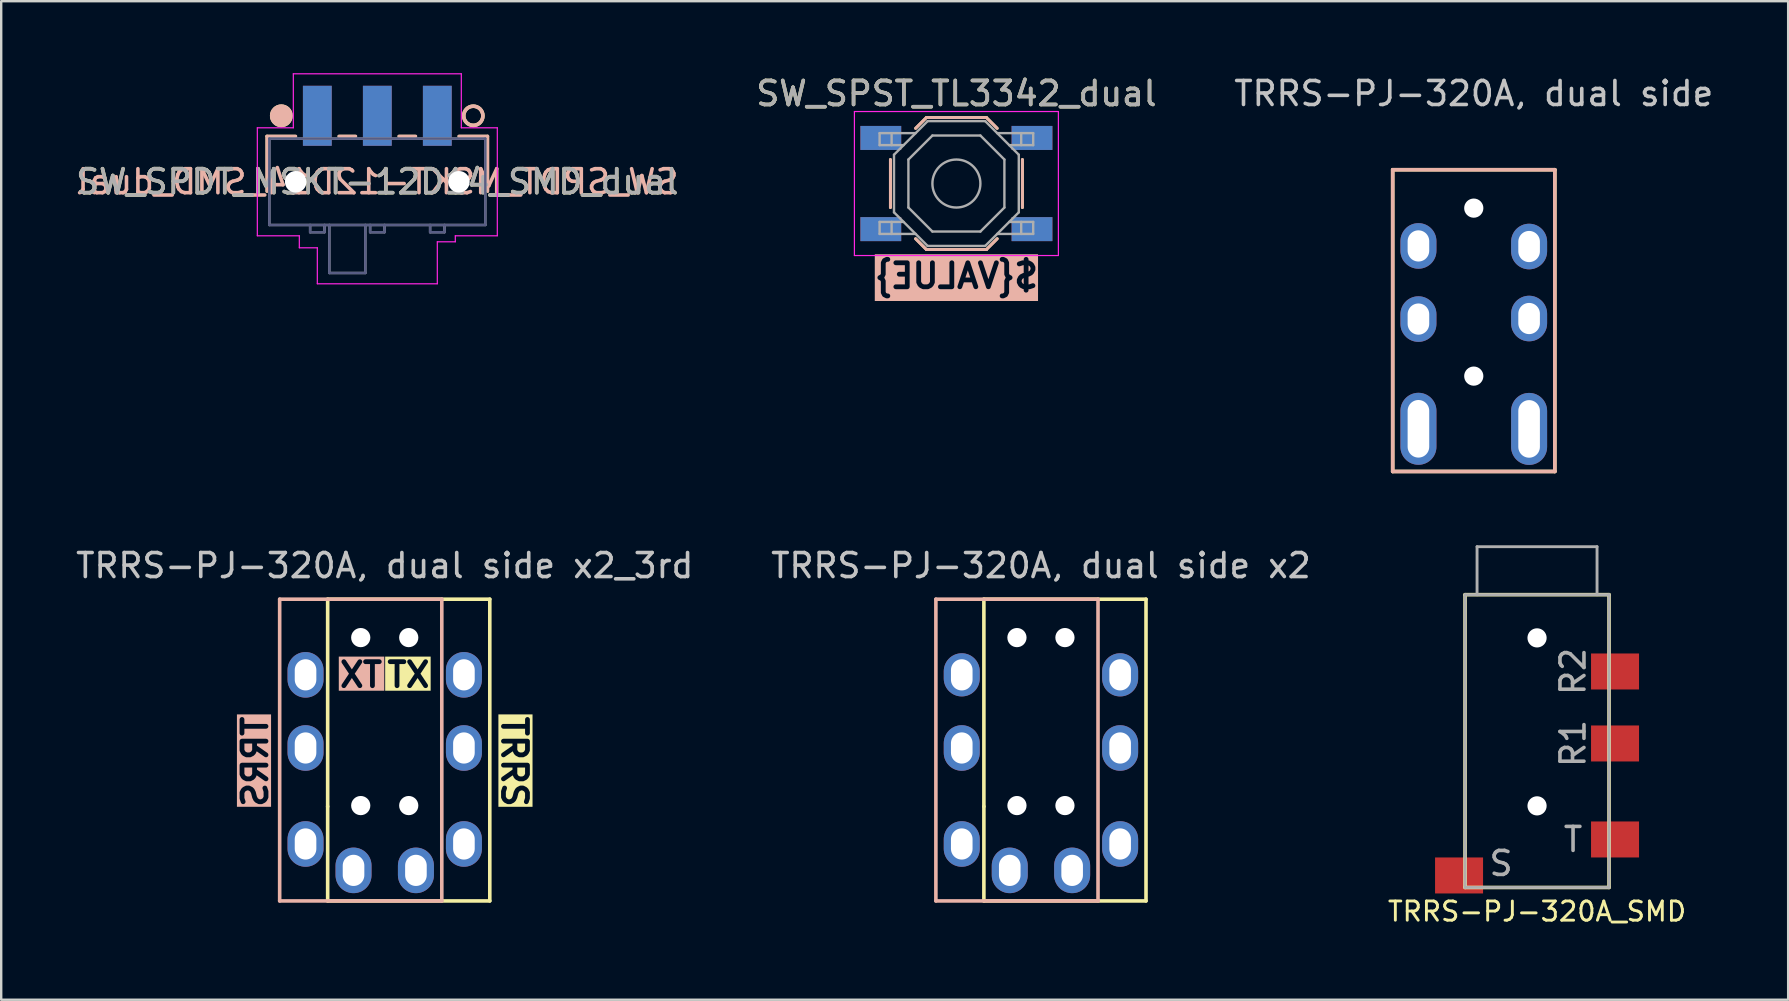
<source format=kicad_pcb>
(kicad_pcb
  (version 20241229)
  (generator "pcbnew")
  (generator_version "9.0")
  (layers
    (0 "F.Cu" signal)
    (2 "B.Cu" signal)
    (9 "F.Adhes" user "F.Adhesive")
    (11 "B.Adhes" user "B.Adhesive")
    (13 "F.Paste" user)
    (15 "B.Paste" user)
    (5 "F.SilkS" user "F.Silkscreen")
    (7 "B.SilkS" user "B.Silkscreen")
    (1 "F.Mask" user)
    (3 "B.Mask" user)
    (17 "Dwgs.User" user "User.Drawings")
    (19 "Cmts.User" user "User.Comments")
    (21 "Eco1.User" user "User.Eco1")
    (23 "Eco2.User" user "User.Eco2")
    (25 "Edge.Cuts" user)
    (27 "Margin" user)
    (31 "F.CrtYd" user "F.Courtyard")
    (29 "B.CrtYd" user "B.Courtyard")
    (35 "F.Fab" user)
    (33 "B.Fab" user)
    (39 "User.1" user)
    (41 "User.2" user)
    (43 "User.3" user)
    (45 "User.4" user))
  (footprint "TRRS-PJ-320A, dual side x2"
    (layer "F.Cu")
    (at 40.327 21.919)
    (property "Reference" "TRRS-PJ-320A, dual side x2" (at 0 -1.4 180) (layer "Dwgs.User") (effects (font (size 1 1) (thickness 0.15))))
    (attr through_hole)
    (fp_line (start -2.378 0) (end -2.378 8.638) (stroke (width 0.15) (type solid)) (layer "F.SilkS"))
    (fp_line (start -2.378 0) (end 4.378 0) (stroke (width 0.15) (type default)) (layer "F.SilkS"))
    (fp_line (start -2.378 8.638) (end -2.378 12.573) (stroke (width 0.15) (type solid)) (layer "F.SilkS"))
    (fp_line (start 4.378 0) (end 4.378 12.573) (stroke (width 0.15) (type solid)) (layer "F.SilkS"))
    (fp_line (start 4.378 12.573) (end -2.378 12.573) (stroke (width 0.15) (type solid)) (layer "F.SilkS"))
    (fp_line (start -4.378 0) (end -4.378 12.573) (stroke (width 0.15) (type solid)) (layer "B.SilkS"))
    (fp_line (start -4.378 12.573) (end 2.378 12.573) (stroke (width 0.15) (type solid)) (layer "B.SilkS"))
    (fp_line (start 2.378 0) (end -4.378 0) (stroke (width 0.15) (type default)) (layer "B.SilkS"))
    (fp_line (start 2.378 0) (end 2.378 12.573) (stroke (width 0.15) (type solid)) (layer "B.SilkS"))
    (pad "" np_thru_hole circle (at -1 1.6) (size 0.8 0.8) (drill 0.8) (layers "*.Cu" "*.Mask"))
    (pad "" np_thru_hole circle (at -1 8.6) (size 0.8 0.8) (drill 0.8) (layers "*.Cu" "*.Mask"))
    (pad "" np_thru_hole circle (at 1 1.6) (size 0.8 0.8) (drill 0.8) (layers "*.Cu" "*.Mask"))
    (pad "" np_thru_hole circle (at 1 8.6) (size 0.8 0.8) (drill 0.8) (layers "*.Cu" "*.Mask"))
    (pad "1" thru_hole oval (at -3.3 10.2) (size 1.5 1.9) (drill oval 0.9 1.3) (layers "*.Cu" "*.Mask"))
    (pad "1" thru_hole oval (at 3.3 10.2) (size 1.5 1.9) (drill oval 0.9 1.3) (layers "*.Cu" "*.Mask"))
    (pad "2" thru_hole oval (at -3.3 3.152) (size 1.5 1.8) (drill oval 0.9 1.3) (layers "*.Cu" "*.Mask"))
    (pad "2" thru_hole oval (at 3.3 3.152) (size 1.5 1.8) (drill oval 0.9 1.3) (layers "*.Cu" "*.Mask"))
    (pad "3" thru_hole oval (at -3.3 6.2) (size 1.5 1.9) (drill oval 0.9 1.3) (layers "*.Cu" "*.Mask"))
    (pad "3" thru_hole oval (at 3.3 6.2) (size 1.5 1.9) (drill oval 0.9 1.3) (layers "*.Cu" "*.Mask"))
    (pad "4" thru_hole oval (at -1.3 11.3) (size 1.5 1.9) (drill oval 0.9 1.3) (layers "*.Cu" "*.Mask"))
    (pad "4" thru_hole oval (at 1.3 11.3) (size 1.5 1.9) (drill oval 0.9 1.3) (layers "*.Cu" "*.Mask")))
  (footprint "SW_SPST_TL3342_dual"
    (layer "F.Cu")
    (at 36.804 4.598)
    (property "Reference" "SW_SPST_TL3342_dual" (at 0 -3.75 0) (layer "F.SilkS") (effects (font (size 1 1) (thickness 0.15))))
    (property "Value" "${VALUE}" (at 0 3.85 0) (layer "F.SilkS" knockout) (hide yes) (effects (font (size 1 1) (thickness 0.2) (bold yes))))
    (property "Value2" "${VALUE}" (at 0 3.85 0) (layer "B.SilkS" knockout) (effects (font (size 1 1) (thickness 0.2) (bold yes)) (justify mirror)))
    (attr smd)
    (fp_line (start -2.75 -1) (end -2.75 1) (stroke (width 0.12) (type solid)) (layer "F.SilkS"))
    (fp_line (start -1.7 -2.3) (end -1.25 -2.75) (stroke (width 0.12) (type solid)) (layer "F.SilkS"))
    (fp_line (start -1.7 2.3) (end -1.25 2.75) (stroke (width 0.12) (type solid)) (layer "F.SilkS"))
    (fp_line (start -1.25 -2.75) (end 1.25 -2.75) (stroke (width 0.12) (type solid)) (layer "F.SilkS"))
    (fp_line (start -1.25 2.75) (end 1.25 2.75) (stroke (width 0.12) (type solid)) (layer "F.SilkS"))
    (fp_line (start 1.7 -2.3) (end 1.25 -2.75) (stroke (width 0.12) (type solid)) (layer "F.SilkS"))
    (fp_line (start 1.7 2.3) (end 1.25 2.75) (stroke (width 0.12) (type solid)) (layer "F.SilkS"))
    (fp_line (start 2.75 -1) (end 2.75 1) (stroke (width 0.12) (type solid)) (layer "F.SilkS"))
    (fp_line (start -2.75 -1) (end -2.75 1) (stroke (width 0.12) (type solid)) (layer "B.SilkS"))
    (fp_line (start -1.7 -2.3) (end -1.25 -2.75) (stroke (width 0.12) (type solid)) (layer "B.SilkS"))
    (fp_line (start -1.7 2.3) (end -1.25 2.75) (stroke (width 0.12) (type solid)) (layer "B.SilkS"))
    (fp_line (start 1.25 -2.75) (end -1.25 -2.75) (stroke (width 0.12) (type solid)) (layer "B.SilkS"))
    (fp_line (start 1.25 2.75) (end -1.25 2.75) (stroke (width 0.12) (type solid)) (layer "B.SilkS"))
    (fp_line (start 1.7 -2.3) (end 1.25 -2.75) (stroke (width 0.12) (type solid)) (layer "B.SilkS"))
    (fp_line (start 1.7 2.3) (end 1.25 2.75) (stroke (width 0.12) (type solid)) (layer "B.SilkS"))
    (fp_line (start 2.75 -1) (end 2.75 1) (stroke (width 0.12) (type solid)) (layer "B.SilkS"))
    (fp_line (start -4.25 -3) (end 4.25 -3) (stroke (width 0.05) (type solid)) (layer "F.CrtYd"))
    (fp_line (start -4.25 3) (end -4.25 -3) (stroke (width 0.05) (type solid)) (layer "F.CrtYd"))
    (fp_line (start 4.25 -3) (end 4.25 3) (stroke (width 0.05) (type solid)) (layer "F.CrtYd"))
    (fp_line (start 4.25 3) (end -4.25 3) (stroke (width 0.05) (type solid)) (layer "F.CrtYd"))
    (fp_line (start -3.2 -2.1) (end -3.2 -1.6) (stroke (width 0.1) (type solid)) (layer "F.Fab"))
    (fp_line (start -3.2 -1.6) (end -2.2 -1.6) (stroke (width 0.1) (type solid)) (layer "F.Fab"))
    (fp_line (start -3.2 1.6) (end -2.2 1.6) (stroke (width 0.1) (type solid)) (layer "F.Fab"))
    (fp_line (start -3.2 2.1) (end -3.2 1.6) (stroke (width 0.1) (type solid)) (layer "F.Fab"))
    (fp_line (start -2.7 -2.1) (end -2.7 -1.6) (stroke (width 0.1) (type solid)) (layer "F.Fab"))
    (fp_line (start -2.7 2.1) (end -2.7 1.6) (stroke (width 0.1) (type solid)) (layer "F.Fab"))
    (fp_line (start -2.6 -1.2) (end -2.6 1.2) (stroke (width 0.1) (type solid)) (layer "F.Fab"))
    (fp_line (start -2.6 1.2) (end -1.2 2.6) (stroke (width 0.1) (type solid)) (layer "F.Fab"))
    (fp_line (start -2 -1) (end -1 -2) (stroke (width 0.1) (type solid)) (layer "F.Fab"))
    (fp_line (start -2 1) (end -2 -1) (stroke (width 0.1) (type solid)) (layer "F.Fab"))
    (fp_line (start -1.7 -2.1) (end -3.2 -2.1) (stroke (width 0.1) (type solid)) (layer "F.Fab"))
    (fp_line (start -1.7 2.1) (end -3.2 2.1) (stroke (width 0.1) (type solid)) (layer "F.Fab"))
    (fp_line (start -1.2 -2.6) (end -2.6 -1.2) (stroke (width 0.1) (type solid)) (layer "F.Fab"))
    (fp_line (start -1.2 2.6) (end 1.2 2.6) (stroke (width 0.1) (type solid)) (layer "F.Fab"))
    (fp_line (start -1 -2) (end 1 -2) (stroke (width 0.1) (type solid)) (layer "F.Fab"))
    (fp_line (start -1 2) (end -2 1) (stroke (width 0.1) (type solid)) (layer "F.Fab"))
    (fp_line (start 1 -2) (end 2 -1) (stroke (width 0.1) (type solid)) (layer "F.Fab"))
    (fp_line (start 1 2) (end -1 2) (stroke (width 0.1) (type solid)) (layer "F.Fab"))
    (fp_line (start 1.2 -2.6) (end -1.2 -2.6) (stroke (width 0.1) (type solid)) (layer "F.Fab"))
    (fp_line (start 1.2 2.6) (end 2.6 1.2) (stroke (width 0.1) (type solid)) (layer "F.Fab"))
    (fp_line (start 1.7 -2.1) (end 3.2 -2.1) (stroke (width 0.1) (type solid)) (layer "F.Fab"))
    (fp_line (start 1.7 2.1) (end 3.2 2.1) (stroke (width 0.1) (type solid)) (layer "F.Fab"))
    (fp_line (start 2 -1) (end 2 1) (stroke (width 0.1) (type solid)) (layer "F.Fab"))
    (fp_line (start 2 1) (end 1 2) (stroke (width 0.1) (type solid)) (layer "F.Fab"))
    (fp_line (start 2.6 -1.2) (end 1.2 -2.6) (stroke (width 0.1) (type solid)) (layer "F.Fab"))
    (fp_line (start 2.6 1.2) (end 2.6 -1.2) (stroke (width 0.1) (type solid)) (layer "F.Fab"))
    (fp_line (start 2.7 -2.1) (end 2.7 -1.6) (stroke (width 0.1) (type solid)) (layer "F.Fab"))
    (fp_line (start 2.7 2.1) (end 2.7 1.6) (stroke (width 0.1) (type solid)) (layer "F.Fab"))
    (fp_line (start 3.2 -2.1) (end 3.2 -1.6) (stroke (width 0.1) (type solid)) (layer "F.Fab"))
    (fp_line (start 3.2 -1.6) (end 2.2 -1.6) (stroke (width 0.1) (type solid)) (layer "F.Fab"))
    (fp_line (start 3.2 1.6) (end 2.2 1.6) (stroke (width 0.1) (type solid)) (layer "F.Fab"))
    (fp_line (start 3.2 2.1) (end 3.2 1.6) (stroke (width 0.1) (type solid)) (layer "F.Fab"))
    (fp_circle (center 0 0) (end 1 0) (stroke (width 0.1) (type solid)) (fill no) (layer "F.Fab"))
    (fp_text user "${REFERENCE}" (at 0 -3.75 0) (layer "F.Fab") (effects (font (size 1 1) (thickness 0.15))))
    (pad "1" smd rect (at -3.15 -1.9) (size 1.7 1) (layers "F.Cu" "F.Mask" "F.Paste"))
    (pad "1" smd rect (at -3.15 -1.9) (size 1.7 1) (layers "B.Cu" "B.Mask" "B.Paste"))
    (pad "1" smd rect (at 3.15 -1.9) (size 1.7 1) (layers "F.Cu" "F.Mask" "F.Paste"))
    (pad "1" smd rect (at 3.15 -1.9) (size 1.7 1) (layers "B.Cu" "B.Mask" "B.Paste"))
    (pad "2" smd rect (at -3.15 1.9) (size 1.7 1) (layers "F.Cu" "F.Mask" "F.Paste"))
    (pad "2" smd rect (at -3.15 1.9) (size 1.7 1) (layers "B.Cu" "B.Mask" "B.Paste"))
    (pad "2" smd rect (at 3.15 1.9) (size 1.7 1) (layers "F.Cu" "F.Mask" "F.Paste"))
    (pad "2" smd rect (at 3.15 1.9) (size 1.7 1) (layers "B.Cu" "B.Mask" "B.Paste")))
  (footprint "SW_SPDT_MSKT-12D14_SMD_dual"
    (layer "F.Cu")
    (at 12.673 4.525)
    (property "Reference" "SW_SPDT_MSKT-12D14_SMD_dual" (at 0 0 180) (layer "F.SilkS") (effects (font (size 1 1) (thickness 0.15))))
    (property "REF2" "${REFERENCE}" (at 0 0 0) (layer "B.SilkS") (effects (font (size 1 1) (thickness 0.15)) (justify mirror)))
    (attr smd)
    (fp_line (start -4.6 -1.9) (end -3.4 -1.9) (stroke (width 0.12) (type solid)) (layer "F.SilkS"))
    (fp_line (start -4.6 0.4) (end -4.6 -1.9) (stroke (width 0.12) (type solid)) (layer "F.SilkS"))
    (fp_line (start -0.9 -1.9) (end -1.6 -1.9) (stroke (width 0.12) (type solid)) (layer "F.SilkS"))
    (fp_line (start 1.6 -1.9) (end 0.9 -1.9) (stroke (width 0.12) (type solid)) (layer "F.SilkS"))
    (fp_line (start 3.4 -1.9) (end 4.6 -1.9) (stroke (width 0.12) (type solid)) (layer "F.SilkS"))
    (fp_line (start 4.6 -1.9) (end 4.6 0.4) (stroke (width 0.12) (type solid)) (layer "F.SilkS"))
    (fp_circle (center -4 -2.75) (end -3.6 -2.75) (stroke (width 0.15) (type solid)) (fill yes) (layer "F.SilkS"))
    (fp_circle (center 4 -2.75) (end 4.4 -2.75) (stroke (width 0.15) (type solid)) (fill no) (layer "F.SilkS"))
    (fp_line (start -4.6 -1.9) (end -4.6 0.4) (stroke (width 0.12) (type solid)) (layer "B.SilkS"))
    (fp_line (start -3.4 -1.9) (end -4.6 -1.9) (stroke (width 0.12) (type solid)) (layer "B.SilkS"))
    (fp_line (start -1.6 -1.9) (end -0.9 -1.9) (stroke (width 0.12) (type solid)) (layer "B.SilkS"))
    (fp_line (start 0.9 -1.9) (end 1.6 -1.9) (stroke (width 0.12) (type solid)) (layer "B.SilkS"))
    (fp_line (start 4.6 -1.9) (end 3.4 -1.9) (stroke (width 0.12) (type solid)) (layer "B.SilkS"))
    (fp_line (start 4.6 0.4) (end 4.6 -1.9) (stroke (width 0.12) (type solid)) (layer "B.SilkS"))
    (fp_circle (center -4 -2.75) (end -4.4 -2.75) (stroke (width 0.15) (type solid)) (fill yes) (layer "B.SilkS"))
    (fp_circle (center 4 -2.75) (end 3.6 -2.75) (stroke (width 0.15) (type solid)) (fill no) (layer "B.SilkS"))
    (fp_line (start -5 -2.25) (end -5 2.25) (stroke (width 0.05) (type solid)) (layer "F.CrtYd"))
    (fp_line (start -5 2.25) (end -3.25 2.25) (stroke (width 0.05) (type solid)) (layer "F.CrtYd"))
    (fp_line (start -3.5 -4.5) (end -3.5 -2.25) (stroke (width 0.05) (type solid)) (layer "F.CrtYd"))
    (fp_line (start -3.5 -2.25) (end -5 -2.25) (stroke (width 0.05) (type solid)) (layer "F.CrtYd"))
    (fp_line (start -3.25 2.25) (end -3.25 2.75) (stroke (width 0.05) (type solid)) (layer "F.CrtYd"))
    (fp_line (start -3.25 2.75) (end -2.5 2.75) (stroke (width 0.05) (type solid)) (layer "F.CrtYd"))
    (fp_line (start -2.5 2.75) (end -2.5 4.25) (stroke (width 0.05) (type solid)) (layer "F.CrtYd"))
    (fp_line (start -2.5 4.25) (end 2.5 4.25) (stroke (width 0.05) (type solid)) (layer "F.CrtYd"))
    (fp_line (start 2.5 2.5) (end 3.25 2.5) (stroke (width 0.05) (type solid)) (layer "F.CrtYd"))
    (fp_line (start 2.5 4.25) (end 2.5 2.5) (stroke (width 0.05) (type solid)) (layer "F.CrtYd"))
    (fp_line (start 3.25 2.25) (end 5 2.25) (stroke (width 0.05) (type solid)) (layer "F.CrtYd"))
    (fp_line (start 3.25 2.5) (end 3.25 2.25) (stroke (width 0.05) (type solid)) (layer "F.CrtYd"))
    (fp_line (start 3.5 -4.5) (end -3.5 -4.5) (stroke (width 0.05) (type solid)) (layer "F.CrtYd"))
    (fp_line (start 3.5 -2.25) (end 3.5 -4.5) (stroke (width 0.05) (type solid)) (layer "F.CrtYd"))
    (fp_line (start 5 -2.25) (end 3.5 -2.25) (stroke (width 0.05) (type solid)) (layer "F.CrtYd"))
    (fp_line (start 5 2.25) (end 5 -2.25) (stroke (width 0.05) (type solid)) (layer "F.CrtYd"))
    (fp_line (start -4.5 -1.8) (end -4.5 1.8) (stroke (width 0.1) (type solid)) (layer "B.Fab"))
    (fp_line (start -4.5 1.8) (end 4.5 1.8) (stroke (width 0.1) (type solid)) (layer "B.Fab"))
    (fp_line (start -2.8 2.1) (end -2.8 1.8) (stroke (width 0.1) (type solid)) (layer "B.Fab"))
    (fp_line (start -2.2 1.8) (end -2.2 2.1) (stroke (width 0.1) (type solid)) (layer "B.Fab"))
    (fp_line (start -2.2 2.1) (end -2.8 2.1) (stroke (width 0.1) (type solid)) (layer "B.Fab"))
    (fp_line (start -2 1.8) (end -2 3.8) (stroke (width 0.1) (type solid)) (layer "B.Fab"))
    (fp_line (start -2 3.8) (end -0.5 3.8) (stroke (width 0.1) (type solid)) (layer "B.Fab"))
    (fp_line (start -0.5 3.8) (end -0.5 1.8) (stroke (width 0.1) (type solid)) (layer "B.Fab"))
    (fp_line (start -0.3 1.8) (end -0.3 2.1) (stroke (width 0.1) (type solid)) (layer "B.Fab"))
    (fp_line (start -0.3 2.1) (end 0.3 2.1) (stroke (width 0.1) (type solid)) (layer "B.Fab"))
    (fp_line (start 0.3 2.1) (end 0.3 1.8) (stroke (width 0.1) (type solid)) (layer "B.Fab"))
    (fp_line (start 2.2 1.8) (end 2.2 2.1) (stroke (width 0.1) (type solid)) (layer "B.Fab"))
    (fp_line (start 2.2 2.1) (end 2.8 2.1) (stroke (width 0.1) (type solid)) (layer "B.Fab"))
    (fp_line (start 2.8 2.1) (end 2.8 1.8) (stroke (width 0.1) (type solid)) (layer "B.Fab"))
    (fp_line (start 4.5 -1.8) (end -4.5 -1.8) (stroke (width 0.1) (type solid)) (layer "B.Fab"))
    (fp_line (start 4.5 -1.8) (end 4.5 1.8) (stroke (width 0.1) (type solid)) (layer "B.Fab"))
    (fp_line (start -4.5 -1.8) (end -4.5 1.8) (stroke (width 0.1) (type solid)) (layer "F.Fab"))
    (fp_line (start -4.5 -1.8) (end 4.5 -1.8) (stroke (width 0.1) (type solid)) (layer "F.Fab"))
    (fp_line (start -2.8 2.1) (end -2.8 1.8) (stroke (width 0.1) (type solid)) (layer "F.Fab"))
    (fp_line (start -2.2 1.8) (end -2.2 2.1) (stroke (width 0.1) (type solid)) (layer "F.Fab"))
    (fp_line (start -2.2 2.1) (end -2.8 2.1) (stroke (width 0.1) (type solid)) (layer "F.Fab"))
    (fp_line (start -2 3.8) (end -2 1.8) (stroke (width 0.1) (type solid)) (layer "F.Fab"))
    (fp_line (start -0.5 1.8) (end -0.5 3.8) (stroke (width 0.1) (type solid)) (layer "F.Fab"))
    (fp_line (start -0.5 3.8) (end -2 3.8) (stroke (width 0.1) (type solid)) (layer "F.Fab"))
    (fp_line (start -0.3 2.1) (end -0.3 1.8) (stroke (width 0.1) (type solid)) (layer "F.Fab"))
    (fp_line (start 0.3 1.8) (end 0.3 2.1) (stroke (width 0.1) (type solid)) (layer "F.Fab"))
    (fp_line (start 0.3 2.1) (end -0.3 2.1) (stroke (width 0.1) (type solid)) (layer "F.Fab"))
    (fp_line (start 2.2 1.8) (end 2.2 2.1) (stroke (width 0.1) (type solid)) (layer "F.Fab"))
    (fp_line (start 2.2 2.1) (end 2.8 2.1) (stroke (width 0.1) (type solid)) (layer "F.Fab"))
    (fp_line (start 2.8 2.1) (end 2.8 1.8) (stroke (width 0.1) (type solid)) (layer "F.Fab"))
    (fp_line (start 4.5 -1.8) (end 4.5 1.8) (stroke (width 0.1) (type solid)) (layer "F.Fab"))
    (fp_line (start 4.5 1.8) (end -4.5 1.8) (stroke (width 0.1) (type solid)) (layer "F.Fab"))
    (fp_text user "${REFERENCE}" (at 0 0 180) (layer "F.Fab") (effects (font (size 1 1) (thickness 0.15))))
    (pad "" np_thru_hole circle (at -3.4 0) (size 0.9 0.9) (drill 0.9) (layers "*.Cu" "*.Mask"))
    (pad "" np_thru_hole circle (at 3.4 0) (size 0.9 0.9) (drill 0.9) (layers "*.Cu" "*.Mask"))
    (pad "1" smd trapezoid (at -2.5 -2.75) (size 1.2 2.5) (layers "F.Cu" "F.Mask" "F.Paste"))
    (pad "1" smd trapezoid (at -2.5 -2.75) (size 1.2 2.5) (layers "B.Cu" "B.Mask" "B.Paste"))
    (pad "2" smd trapezoid (at 0 -2.75) (size 1.2 2.5) (layers "F.Cu" "F.Mask" "F.Paste"))
    (pad "2" smd trapezoid (at 0 -2.75) (size 1.2 2.5) (layers "B.Cu" "B.Mask" "B.Paste"))
    (pad "3" smd trapezoid (at 2.5 -2.75) (size 1.2 2.5) (layers "F.Cu" "F.Mask" "F.Paste"))
    (pad "3" smd trapezoid (at 2.5 -2.75) (size 1.2 2.5) (layers "B.Cu" "B.Mask" "B.Paste")))
  (footprint "TRRS-PJ-320A, dual side x2_3rd"
    (layer "F.Cu")
    (at 12.982 21.919)
    (property "Reference" "TRRS-PJ-320A, dual side x2_3rd" (at 0 -1.4 0) (layer "Dwgs.User") (effects (font (size 1 1) (thickness 0.15))))
    (property "Text2" "TX" (at 0 3.152 0) (layer "F.SilkS" knockout) (effects (font (size 1 1) (thickness 0.2) (bold yes)) (justify left)))
    (property "Text1" "TX" (at 0 3.152 0) (layer "B.SilkS" knockout) (effects (font (size 1 1) (thickness 0.2) (bold yes)) (justify left mirror)))
    (attr through_hole)
    (fp_line (start -2.378 0) (end -2.378 8.638) (stroke (width 0.15) (type solid)) (layer "F.SilkS"))
    (fp_line (start -2.378 0) (end 4.378 0) (stroke (width 0.15) (type default)) (layer "F.SilkS"))
    (fp_line (start -2.378 8.638) (end -2.378 12.573) (stroke (width 0.15) (type solid)) (layer "F.SilkS"))
    (fp_line (start 4.378 0) (end 4.378 12.573) (stroke (width 0.15) (type solid)) (layer "F.SilkS"))
    (fp_line (start 4.378 12.573) (end -2.378 12.573) (stroke (width 0.15) (type solid)) (layer "F.SilkS"))
    (fp_line (start -4.378 0) (end -4.378 12.573) (stroke (width 0.15) (type solid)) (layer "B.SilkS"))
    (fp_line (start -4.378 12.573) (end 2.378 12.573) (stroke (width 0.15) (type solid)) (layer "B.SilkS"))
    (fp_line (start 2.378 0) (end -4.378 0) (stroke (width 0.15) (type default)) (layer "B.SilkS"))
    (fp_line (start 2.378 0) (end 2.378 12.573) (stroke (width 0.15) (type solid)) (layer "B.SilkS"))
    (fp_text user "TRRS" (at 5.4 6.773 270) (unlocked yes) (layer "F.SilkS" knockout) (effects (font (size 1 1) (thickness 0.2) (bold yes))))
    (fp_text user "TRRS" (at -5.4 6.773 90) (unlocked yes) (layer "B.SilkS" knockout) (effects (font (size 1 1) (thickness 0.2) (bold yes)) (justify mirror)))
    (pad "" np_thru_hole circle (at -1 1.6) (size 0.8 0.8) (drill 0.8) (layers "*.Cu" "*.Mask"))
    (pad "" np_thru_hole circle (at -1 8.6) (size 0.8 0.8) (drill 0.8) (layers "*.Cu" "*.Mask"))
    (pad "" np_thru_hole circle (at 1 1.6) (size 0.8 0.8) (drill 0.8) (layers "*.Cu" "*.Mask"))
    (pad "" np_thru_hole circle (at 1 8.6) (size 0.8 0.8) (drill 0.8) (layers "*.Cu" "*.Mask"))
    (pad "R1" thru_hole oval (at -3.3 6.2) (size 1.5 1.9) (drill oval 0.9 1.3) (layers "*.Cu" "F.Mask"))
    (pad "R1" thru_hole oval (at 3.3 6.2) (size 1.5 1.9) (drill oval 0.9 1.3) (layers "*.Cu" "B.Mask"))
    (pad "R2" thru_hole oval (at -3.3 3.152) (size 1.5 1.9) (drill oval 0.9 1.3) (layers "*.Cu" "F.Mask"))
    (pad "R2" thru_hole oval (at 3.3 3.152) (size 1.5 1.9) (drill oval 0.9 1.3) (layers "*.Cu" "B.Mask"))
    (pad "S" thru_hole oval (at -1.3 11.3) (size 1.5 1.9) (drill oval 0.9 1.3) (layers "*.Cu" "B.Mask"))
    (pad "S" thru_hole oval (at 1.3 11.3) (size 1.5 1.9) (drill oval 0.9 1.3) (layers "*.Cu" "F.Mask"))
    (pad "T" thru_hole oval (at -3.3 10.2) (size 1.5 1.9) (drill oval 0.9 1.3) (layers "*.Cu" "F.Mask"))
    (pad "T" thru_hole oval (at 3.3 10.2) (size 1.5 1.9) (drill oval 0.9 1.3) (layers "*.Cu" "B.Mask")))
  (footprint "TRRS-PJ-320A, dual side"
    (layer "F.Cu")
    (at 58.363 4.023)
    (property "Reference" "TRRS-PJ-320A, dual side" (at 0 -3.175 0) (layer "Dwgs.User") (effects (font (size 1 1) (thickness 0.15))))
    (attr through_hole)
    (fp_line (start -3.378 0) (end -3.378 12.573) (stroke (width 0.15) (type solid)) (layer "F.SilkS"))
    (fp_line (start -3.378 0) (end 3.378 0) (stroke (width 0.15) (type default)) (layer "F.SilkS"))
    (fp_line (start 3.378 0) (end 3.378 12.573) (stroke (width 0.15) (type solid)) (layer "F.SilkS"))
    (fp_line (start 3.378 12.573) (end -3.378 12.573) (stroke (width 0.15) (type solid)) (layer "F.SilkS"))
    (fp_line (start -3.378 0) (end -3.378 12.573) (stroke (width 0.15) (type solid)) (layer "B.SilkS"))
    (fp_line (start -3.378 0) (end 3.378 0) (stroke (width 0.15) (type default)) (layer "B.SilkS"))
    (fp_line (start -3.378 12.573) (end 3.378 12.573) (stroke (width 0.15) (type solid)) (layer "B.SilkS"))
    (fp_line (start 3.378 0) (end 3.378 12.573) (stroke (width 0.15) (type solid)) (layer "B.SilkS"))
    (pad "" np_thru_hole circle (at 0 1.6) (size 0.8 0.8) (drill 0.8) (layers "*.Cu" "*.Mask"))
    (pad "" np_thru_hole circle (at 0 8.6) (size 0.8 0.8) (drill 0.8) (layers "*.Cu" "*.Mask"))
    (pad "1" thru_hole oval (at 2.306 10.8) (size 1.5 3) (drill oval 0.9 2.4) (layers "*.Cu" "*.Mask"))
    (pad "2" thru_hole oval (at -2.306 3.175) (size 1.5 1.9) (drill oval 0.9 1.3) (layers "*.Cu" "F.Mask"))
    (pad "2" thru_hole oval (at 2.306 3.2) (size 1.5 1.9) (drill oval 0.9 1.3) (layers "*.Cu" "B.Mask"))
    (pad "3" thru_hole oval (at -2.306 6.223) (size 1.5 1.9) (drill oval 0.9 1.3) (layers "*.Cu" "F.Mask"))
    (pad "3" thru_hole oval (at 2.306 6.2) (size 1.5 1.9) (drill oval 0.9 1.3) (layers "*.Cu" "B.Mask"))
    (pad "4" thru_hole oval (at -2.306 10.795) (size 1.5 3) (drill oval 0.9 2.4) (layers "*.Cu" "*.Mask")))
  (footprint "TRRS-PJ-320A_SMD"
    (layer "F.Cu")
    (at 61 21.731)
    (property "Reference" "TRRS-PJ-320A_SMD" (at 0 13.2 0) (layer "F.SilkS") (effects (font (size 0.8 0.8) (thickness 0.12))))
    (attr through_hole)
    (fp_line (start -3 0) (end -3 12.2) (stroke (width 0.15) (type default)) (layer "F.SilkS"))
    (fp_line (start 3 0) (end -3 0) (stroke (width 0.15) (type default)) (layer "F.SilkS"))
    (fp_line (start 3 0) (end 3 12.2) (stroke (width 0.15) (type default)) (layer "F.SilkS"))
    (fp_line (start 3 12.2) (end -3 12.2) (stroke (width 0.15) (type default)) (layer "F.SilkS"))
    (fp_line (start -3 0) (end -3 12.2) (stroke (width 0.12) (type default)) (layer "F.Fab"))
    (fp_line (start -3 0) (end -2.5 0) (stroke (width 0.12) (type default)) (layer "F.Fab"))
    (fp_line (start -2.5 -2) (end -2.5 0) (stroke (width 0.12) (type default)) (layer "F.Fab"))
    (fp_line (start -2.5 -2) (end 2.5 -2) (stroke (width 0.12) (type default)) (layer "F.Fab"))
    (fp_line (start -2.5 0) (end 2.5 0) (stroke (width 0.12) (type default)) (layer "F.Fab"))
    (fp_line (start 2.5 -2) (end 2.5 0) (stroke (width 0.12) (type default)) (layer "F.Fab"))
    (fp_line (start 2.5 0) (end 3 0) (stroke (width 0.12) (type default)) (layer "F.Fab"))
    (fp_line (start 3 12.2) (end -3 12.2) (stroke (width 0.12) (type default)) (layer "F.Fab"))
    (fp_line (start 3 12.2) (end 3 0) (stroke (width 0.12) (type default)) (layer "F.Fab"))
    (fp_text user "R1" (at 1.5 6.2 90) (layer "F.Fab") (effects (font (size 1 1) (thickness 0.15))))
    (fp_text user "R2" (at 1.5 3.2 90) (layer "F.Fab") (effects (font (size 1 1) (thickness 0.15))))
    (fp_text user "T" (at 1.5 10.2 180) (layer "F.Fab") (effects (font (size 1 1) (thickness 0.15))))
    (fp_text user "S" (at -1.5 11.2 180) (layer "F.Fab") (effects (font (size 1 1) (thickness 0.15))))
    (pad "" np_thru_hole circle (at 0 1.8) (size 0.8 0.8) (drill 0.8) (layers "*.Cu" "*.Mask"))
    (pad "" np_thru_hole circle (at 0 8.8) (size 0.8 0.8) (drill 0.8) (layers "*.Cu" "*.Mask"))
    (pad "1" smd trapezoid (at -3.25 11.7) (size 2 1.5) (layers "F.Cu" "F.Mask" "F.Paste"))
    (pad "2" smd trapezoid (at 3.25 10.2 180) (size 2 1.5) (layers "F.Cu" "F.Mask" "F.Paste"))
    (pad "3" smd trapezoid (at 3.25 6.2 180) (size 2 1.5) (layers "F.Cu" "F.Mask" "F.Paste"))
    (pad "4" smd trapezoid (at 3.25 3.2 180) (size 2 1.5) (layers "F.Cu" "F.Mask" "F.Paste")))
  (gr_rect
    (start -3 -3)
    (end 71.464 38.61)
    (stroke (width 0.1) (type default))
    (fill no)
    (layer "Edge.Cuts")))
</source>
